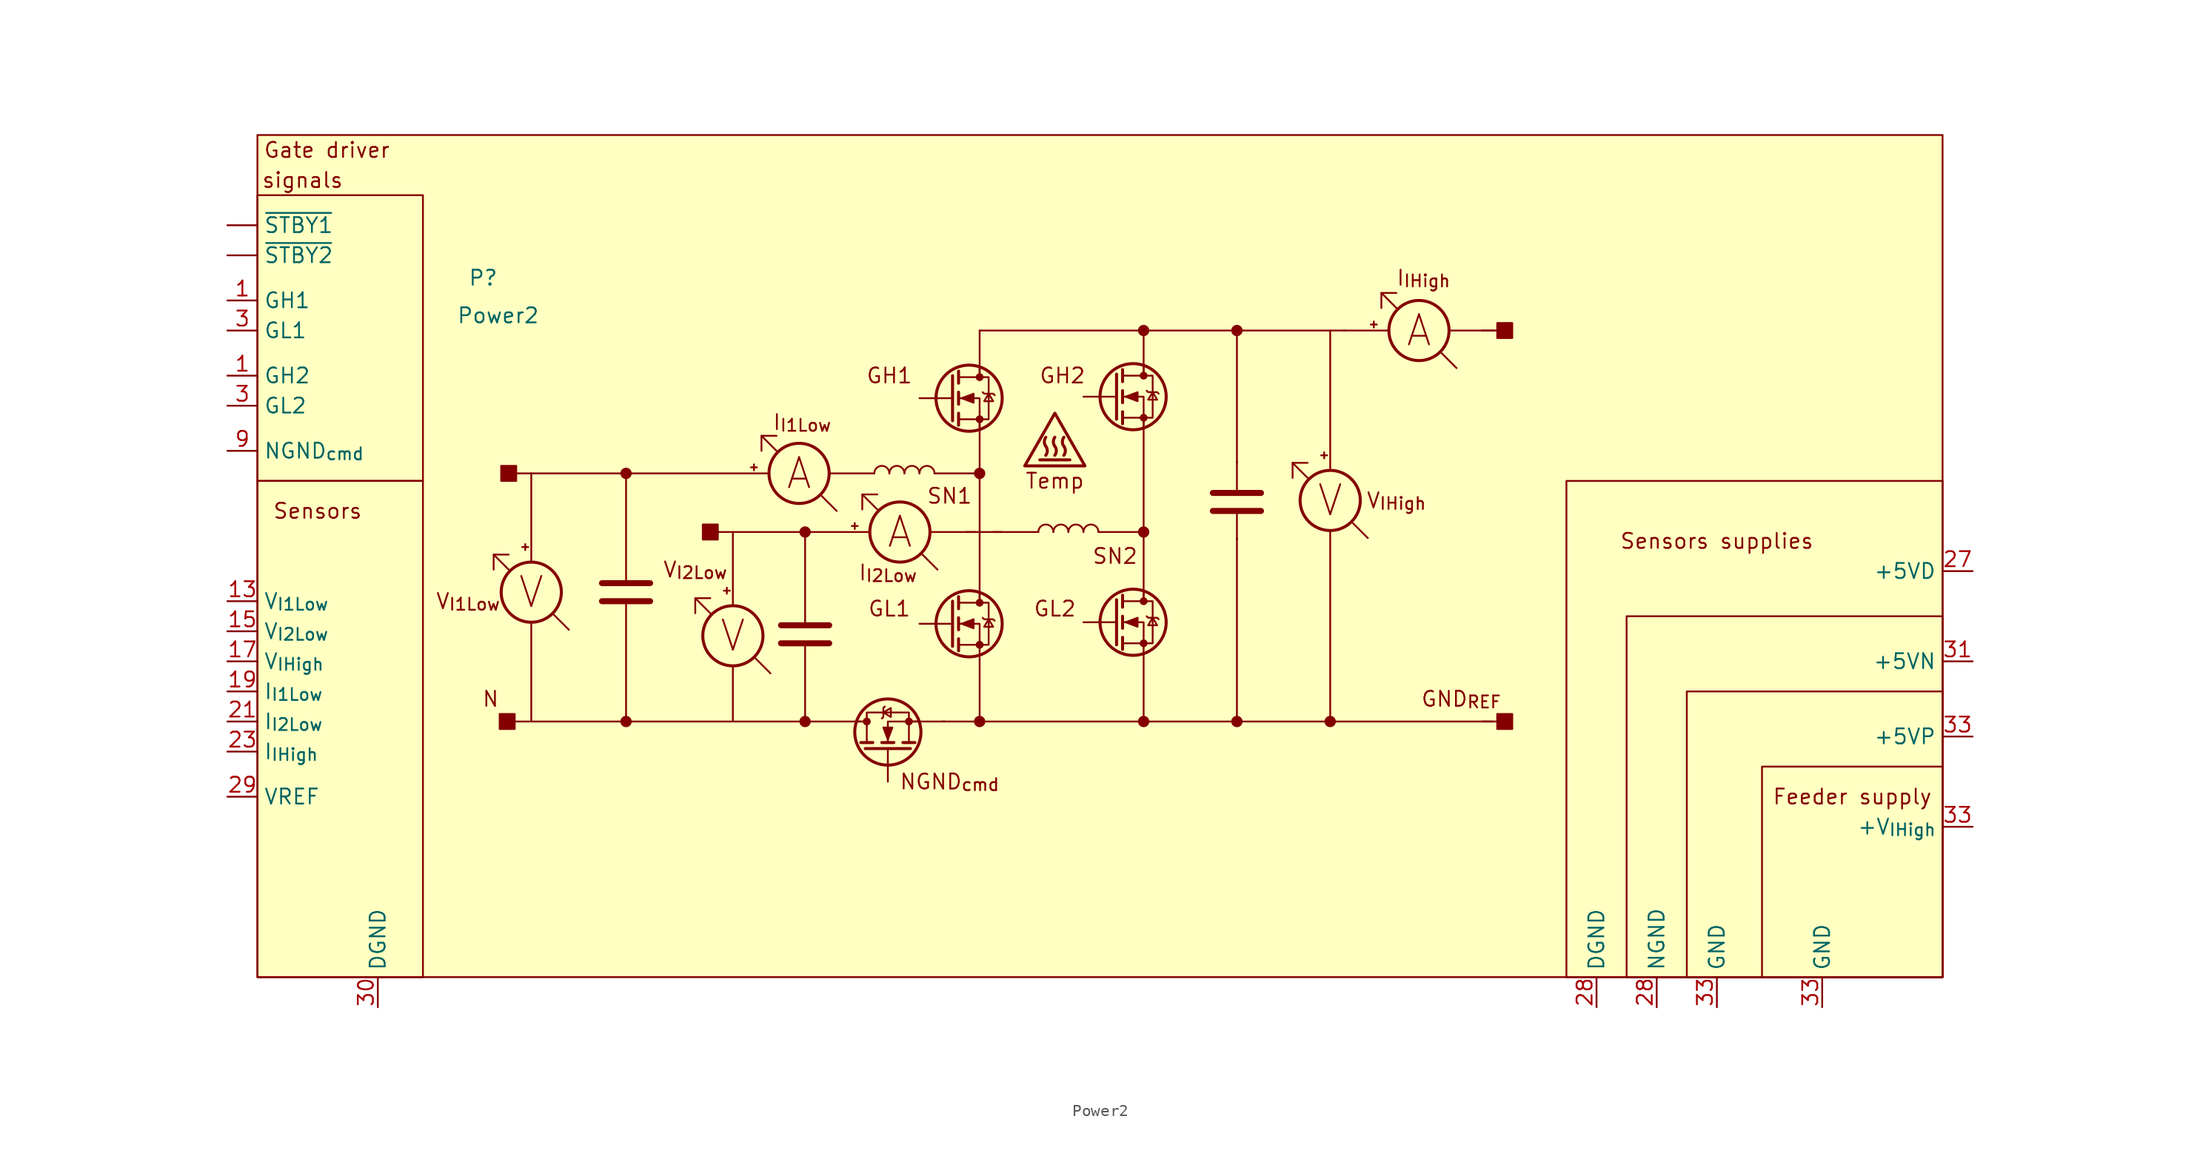
<source format=kicad_sym>
(kicad_symbol_lib
  (version 20220914)
  (generator kicad_symbol_editor)
  (symbol "Power2"
    (property "Reference" "P"
      (at 2.54 10.795 0)
      (effects (font (size 1.27 1.27))))
    (property "Value" "Power2"
      (at 3.81 7.62 0)
      (effects (font (size 1.27 1.27))))
    (symbol "Power2_0_0"
      (rectangle (start -16.51 -6.35) (end -2.54 -48.26) (stroke (width 0) (type default)) (fill (type none)))
      (rectangle (start -16.51 17.78) (end -2.54 -6.35) (stroke (width 0) (type default)) (fill (type none)))
      (polyline (pts (xy 4.699 -13.843) (xy 3.429 -12.573)) (stroke (width 0) (type default)) (fill (type none)))
      (polyline (pts (xy 6.477 -26.67) (xy 5.207 -26.67)) (stroke (width 0) (type default)) (fill (type none)))
      (polyline (pts (xy 6.604 -5.715) (xy 5.334 -5.715)) (stroke (width 0) (type default)) (fill (type none)))
      (polyline (pts (xy 9.779 -18.923) (xy 8.509 -17.653)) (stroke (width 0) (type default)) (fill (type none)))
      (polyline (pts (xy 21.717 -17.526) (xy 20.447 -16.256)) (stroke (width 0) (type default)) (fill (type none)))
      (polyline (pts (xy 23.622 -10.668) (xy 22.352 -10.668)) (stroke (width 0) (type default)) (fill (type none)))
      (polyline (pts (xy 26.797 -22.606) (xy 25.527 -21.336)) (stroke (width 0) (type default)) (fill (type none)))
      (polyline (pts (xy 27.305 -3.81) (xy 26.035 -2.54)) (stroke (width 0) (type default)) (fill (type none)))
      (polyline (pts (xy 32.385 -8.89) (xy 31.115 -7.62)) (stroke (width 0) (type default)) (fill (type none)))
      (polyline (pts (xy 35.814 -8.763) (xy 34.544 -7.493)) (stroke (width 0) (type default)) (fill (type none)))
      (polyline (pts (xy 40.894 -13.843) (xy 39.624 -12.573)) (stroke (width 0) (type default)) (fill (type none)))
      (polyline (pts (xy 72.136 -6.096) (xy 70.866 -4.826)) (stroke (width 0) (type default)) (fill (type none)))
      (polyline (pts (xy 77.216 -11.176) (xy 75.946 -9.906)) (stroke (width 0) (type default)) (fill (type none)))
      (polyline (pts (xy 79.629 8.255) (xy 78.359 9.525)) (stroke (width 0) (type default)) (fill (type none)))
      (polyline (pts (xy 84.709 3.175) (xy 83.439 4.445)) (stroke (width 0) (type default)) (fill (type none)))
      (polyline (pts (xy 86.868 -26.67) (xy 88.138 -26.67)) (stroke (width 0) (type default)) (fill (type none)))
      (polyline (pts (xy 86.868 6.35) (xy 88.138 6.35)) (stroke (width 0) (type default)) (fill (type none)))
      (polyline (pts (xy 4.699 -12.573) (xy 3.429 -12.573) (xy 3.429 -13.843)) (stroke (width 0) (type default)) (fill (type none)))
      (polyline (pts (xy 21.717 -16.256) (xy 20.447 -16.256) (xy 20.447 -17.526)) (stroke (width 0) (type default)) (fill (type none)))
      (polyline (pts (xy 26.035 -3.81) (xy 26.035 -2.54) (xy 27.305 -2.54)) (stroke (width 0) (type default)) (fill (type none)))
      (polyline (pts (xy 34.544 -8.763) (xy 34.544 -7.493) (xy 35.814 -7.493)) (stroke (width 0) (type default)) (fill (type none)))
      (polyline (pts (xy 72.136 -4.826) (xy 70.866 -4.826) (xy 70.866 -6.096)) (stroke (width 0) (type default)) (fill (type none)))
      (polyline (pts (xy 78.359 8.255) (xy 78.359 9.525) (xy 79.629 9.525)) (stroke (width 0) (type default)) (fill (type none)))
      (rectangle (start 3.937 -26.035) (end 5.207 -27.305) (stroke (width 0) (type default)) (fill (type outline)))
      (rectangle (start 4.064 -5.08) (end 5.334 -6.35) (stroke (width 0) (type default)) (fill (type outline)))
      (rectangle (start 21.082 -10.033) (end 22.352 -11.303) (stroke (width 0) (type default)) (fill (type outline)))
      (rectangle (start 89.408 -27.305) (end 88.138 -26.035) (stroke (width 0) (type default)) (fill (type outline)))
      (rectangle (start 89.408 5.715) (end 88.138 6.985) (stroke (width 0) (type default)) (fill (type outline)))
      (rectangle (start 110.49 -30.48) (end 125.73 -48.26) (stroke (width 0) (type default)) (fill (type none)))
      (text "A" (at 29.21 -5.715 0) (effects (font (size 2.54 2.54))))
      (text "A" (at 37.719 -10.668 0) (effects (font (size 2.54 2.54))))
      (text "A" (at 81.534 6.35 0) (effects (font (size 2.54 2.54))))
      (text "Feeder supply" (at 118.11 -33.02 0) (effects (font (size 1.27 1.27))))
      (text "Gate driver " (at -10.16 21.59 0) (effects (font (size 1.27 1.27))))
      (text "GH1" (at 36.83 2.54 0) (effects (font (size 1.27 1.27))))
      (text "GH2" (at 51.435 2.54 0) (effects (font (size 1.27 1.27))))
      (text "GL1" (at 36.83 -17.145 0) (effects (font (size 1.27 1.27))))
      (text "GL2" (at 50.8 -17.145 0) (effects (font (size 1.27 1.27))))
      (text "GND_{REF}" (at 85.09 -24.765 0) (effects (font (size 1.27 1.27))))
      (text "I_{I1Low}" (at 29.464 -1.397 0) (effects (font (size 1.27 1.27))))
      (text "I_{I2Low}" (at 36.703 -14.097 0) (effects (font (size 1.27 1.27))))
      (text "I_{IHigh}" (at 81.915 10.795 0) (effects (font (size 1.27 1.27))))
      (text "N" (at 3.175 -24.765 0) (effects (font (size 1.27 1.27))))
      (text "NGND_{cmd}" (at 41.91 -31.75 0) (effects (font (size 1.27 1.27))))
      (text "Sensors" (at -11.43 -8.89 0) (effects (font (size 1.27 1.27))))
      (text "Sensors supplies" (at 106.68 -11.43 0) (effects (font (size 1.27 1.27))))
      (text "signals" (at -12.7 19.05 0) (effects (font (size 1.27 1.27))))
      (text "SN1" (at 41.91 -7.62 0) (effects (font (size 1.27 1.27))))
      (text "SN2" (at 55.88 -12.7 0) (effects (font (size 1.27 1.27))))
      (text "Temp" (at 50.8 -6.35 0) (effects (font (size 1.27 1.27))))
      (text "V" (at 6.604 -15.748 0) (effects (font (size 2.54 2.54))))
      (text "V" (at 23.622 -19.431 0) (effects (font (size 2.54 2.54))))
      (text "V" (at 74.041 -8.001 0) (effects (font (size 2.54 2.54))))
      (text "V_{I1Low}" (at 1.27 -16.51 0) (effects (font (size 1.27 1.27))))
      (text "V_{I2Low}" (at 20.447 -13.843 0) (effects (font (size 1.27 1.27))))
      (text "V_{IHigh}" (at 79.629 -8.001 0) (effects (font (size 1.27 1.27)))))
    (symbol "Power2_0_1"
      (rectangle (start -16.51 22.86) (end 125.73 -48.26) (stroke (width 0) (type default)) (fill (type background)))
      (polyline (pts (xy 6.096 -11.684) (xy 6.096 -12.192)) (stroke (width 0) (type default)) (fill (type none)))
      (polyline (pts (xy 6.35 -11.938) (xy 5.842 -11.938)) (stroke (width 0) (type default)) (fill (type none)))
      (polyline (pts (xy 6.604 -18.288) (xy 6.604 -26.67)) (stroke (width 0) (type default)) (fill (type none)))
      (polyline (pts (xy 6.604 -13.208) (xy 6.604 -5.715)) (stroke (width 0) (type default)) (fill (type none)))
      (polyline (pts (xy 12.573 -16.51) (xy 16.637 -16.51)) (stroke (width 0.508) (type default)) (fill (type none)))
      (polyline (pts (xy 12.573 -14.986) (xy 16.637 -14.986)) (stroke (width 0.508) (type default)) (fill (type none)))
      (polyline (pts (xy 14.605 -26.67) (xy 14.605 -16.51)) (stroke (width 0) (type default)) (fill (type none)))
      (polyline (pts (xy 14.605 -14.732) (xy 14.605 -5.715)) (stroke (width 0) (type default)) (fill (type none)))
      (polyline (pts (xy 23.114 -15.367) (xy 23.114 -15.875)) (stroke (width 0) (type default)) (fill (type none)))
      (polyline (pts (xy 23.368 -15.621) (xy 22.86 -15.621)) (stroke (width 0) (type default)) (fill (type none)))
      (polyline (pts (xy 23.622 -21.971) (xy 23.622 -26.67)) (stroke (width 0) (type default)) (fill (type none)))
      (polyline (pts (xy 23.622 -16.891) (xy 23.622 -10.668)) (stroke (width 0) (type default)) (fill (type none)))
      (polyline (pts (xy 25.146 -5.207) (xy 25.654 -5.207)) (stroke (width 0) (type default)) (fill (type none)))
      (polyline (pts (xy 25.4 -5.461) (xy 25.4 -4.953)) (stroke (width 0) (type default)) (fill (type none)))
      (polyline (pts (xy 26.543 -5.715) (xy 6.604 -5.715)) (stroke (width 0) (type default)) (fill (type none)))
      (polyline (pts (xy 27.686 -20.066) (xy 31.75 -20.066)) (stroke (width 0.508) (type default)) (fill (type none)))
      (polyline (pts (xy 27.686 -18.542) (xy 31.75 -18.542)) (stroke (width 0.508) (type default)) (fill (type none)))
      (polyline (pts (xy 29.718 -26.67) (xy 29.718 -20.066)) (stroke (width 0) (type default)) (fill (type none)))
      (polyline (pts (xy 29.718 -18.288) (xy 29.718 -10.668)) (stroke (width 0) (type default)) (fill (type none)))
      (polyline (pts (xy 31.75 -5.715) (xy 35.56 -5.715)) (stroke (width 0) (type default)) (fill (type none)))
      (polyline (pts (xy 33.655 -10.16) (xy 34.163 -10.16)) (stroke (width 0) (type default)) (fill (type none)))
      (polyline (pts (xy 33.909 -10.414) (xy 33.909 -9.906)) (stroke (width 0) (type default)) (fill (type none)))
      (polyline (pts (xy 34.163 -26.67) (xy 34.925 -26.67)) (stroke (width 0) (type default)) (fill (type none)))
      (polyline (pts (xy 34.417 -28.448) (xy 35.433 -28.448)) (stroke (width 0.254) (type default)) (fill (type none)))
      (polyline (pts (xy 34.417 -26.67) (xy 6.604 -26.67)) (stroke (width 0) (type default)) (fill (type none)))
      (polyline (pts (xy 34.798 -28.956) (xy 38.608 -28.956)) (stroke (width 0.254) (type default)) (fill (type none)))
      (polyline (pts (xy 35.179 -10.668) (xy 23.622 -10.668)) (stroke (width 0) (type default)) (fill (type none)))
      (polyline (pts (xy 36.195 -28.448) (xy 37.211 -28.448)) (stroke (width 0.254) (type default)) (fill (type none)))
      (polyline (pts (xy 36.703 -28.956) (xy 36.703 -31.75)) (stroke (width 0) (type default)) (fill (type none)))
      (polyline (pts (xy 37.973 -28.448) (xy 38.989 -28.448)) (stroke (width 0.254) (type default)) (fill (type none)))
      (polyline (pts (xy 40.259 -10.668) (xy 44.069 -10.668)) (stroke (width 0) (type default)) (fill (type none)))
      (polyline (pts (xy 40.64 -5.715) (xy 44.45 -5.715)) (stroke (width 0) (type default)) (fill (type none)))
      (polyline (pts (xy 41.529 -26.67) (xy 38.735 -26.67)) (stroke (width 0) (type default)) (fill (type none)))
      (polyline (pts (xy 42.164 -18.415) (xy 39.37 -18.415)) (stroke (width 0) (type default)) (fill (type none)))
      (polyline (pts (xy 42.164 -16.51) (xy 42.164 -20.32)) (stroke (width 0.254) (type default)) (fill (type none)))
      (polyline (pts (xy 42.164 0.635) (xy 39.37 0.635)) (stroke (width 0) (type default)) (fill (type none)))
      (polyline (pts (xy 42.164 2.54) (xy 42.164 -1.27)) (stroke (width 0.254) (type default)) (fill (type none)))
      (polyline (pts (xy 42.672 -19.685) (xy 42.672 -20.701)) (stroke (width 0.254) (type default)) (fill (type none)))
      (polyline (pts (xy 42.672 -17.907) (xy 42.672 -18.923)) (stroke (width 0.254) (type default)) (fill (type none)))
      (polyline (pts (xy 42.672 -16.129) (xy 42.672 -17.145)) (stroke (width 0.254) (type default)) (fill (type none)))
      (polyline (pts (xy 42.672 -0.635) (xy 42.672 -1.651)) (stroke (width 0.254) (type default)) (fill (type none)))
      (polyline (pts (xy 42.672 1.143) (xy 42.672 0.127)) (stroke (width 0.254) (type default)) (fill (type none)))
      (polyline (pts (xy 42.672 2.921) (xy 42.672 1.905)) (stroke (width 0.254) (type default)) (fill (type none)))
      (polyline (pts (xy 43.307 -10.668) (xy 46.355 -10.668)) (stroke (width 0) (type default)) (fill (type none)))
      (polyline (pts (xy 44.45 -26.67) (xy 87.757 -26.67)) (stroke (width 0) (type default)) (fill (type none)))
      (polyline (pts (xy 44.45 -20.955) (xy 44.45 -26.67)) (stroke (width 0) (type default)) (fill (type none)))
      (polyline (pts (xy 44.45 -15.875) (xy 44.45 -16.637)) (stroke (width 0) (type default)) (fill (type none)))
      (polyline (pts (xy 44.45 -1.143) (xy 44.45 -16.51)) (stroke (width 0) (type default)) (fill (type none)))
      (polyline (pts (xy 44.45 2.54) (xy 44.45 6.35)) (stroke (width 0) (type default)) (fill (type none)))
      (polyline (pts (xy 44.45 3.175) (xy 44.45 2.413)) (stroke (width 0) (type default)) (fill (type none)))
      (polyline (pts (xy 44.577 -26.67) (xy 41.275 -26.67)) (stroke (width 0) (type default)) (fill (type none)))
      (polyline (pts (xy 45.593 -10.668) (xy 49.403 -10.668)) (stroke (width 0) (type default)) (fill (type none)))
      (polyline (pts (xy 52.07 -4.572) (xy 49.53 -4.572)) (stroke (width 0.254) (type default)) (fill (type none)))
      (polyline (pts (xy 54.483 -10.668) (xy 58.293 -10.668)) (stroke (width 0) (type default)) (fill (type none)))
      (polyline (pts (xy 56.007 -18.288) (xy 53.213 -18.288)) (stroke (width 0) (type default)) (fill (type none)))
      (polyline (pts (xy 56.007 -16.383) (xy 56.007 -20.193)) (stroke (width 0.254) (type default)) (fill (type none)))
      (polyline (pts (xy 56.007 0.762) (xy 53.213 0.762)) (stroke (width 0) (type default)) (fill (type none)))
      (polyline (pts (xy 56.007 2.667) (xy 56.007 -1.143)) (stroke (width 0.254) (type default)) (fill (type none)))
      (polyline (pts (xy 56.515 -19.558) (xy 56.515 -20.574)) (stroke (width 0.254) (type default)) (fill (type none)))
      (polyline (pts (xy 56.515 -17.78) (xy 56.515 -18.796)) (stroke (width 0.254) (type default)) (fill (type none)))
      (polyline (pts (xy 56.515 -16.002) (xy 56.515 -17.018)) (stroke (width 0.254) (type default)) (fill (type none)))
      (polyline (pts (xy 56.515 -0.508) (xy 56.515 -1.524)) (stroke (width 0.254) (type default)) (fill (type none)))
      (polyline (pts (xy 56.515 1.27) (xy 56.515 0.254)) (stroke (width 0.254) (type default)) (fill (type none)))
      (polyline (pts (xy 56.515 3.048) (xy 56.515 2.032)) (stroke (width 0.254) (type default)) (fill (type none)))
      (polyline (pts (xy 58.293 -20.828) (xy 58.293 -26.67)) (stroke (width 0) (type default)) (fill (type none)))
      (polyline (pts (xy 58.293 -15.748) (xy 58.293 -16.51)) (stroke (width 0) (type default)) (fill (type none)))
      (polyline (pts (xy 58.293 -1.016) (xy 58.293 -16.383)) (stroke (width 0) (type default)) (fill (type none)))
      (polyline (pts (xy 58.293 2.667) (xy 58.293 6.35)) (stroke (width 0) (type default)) (fill (type none)))
      (polyline (pts (xy 58.293 3.302) (xy 58.293 2.54)) (stroke (width 0) (type default)) (fill (type none)))
      (polyline (pts (xy 64.135 -8.89) (xy 68.199 -8.89)) (stroke (width 0.508) (type default)) (fill (type none)))
      (polyline (pts (xy 64.135 -7.366) (xy 68.199 -7.366)) (stroke (width 0.508) (type default)) (fill (type none)))
      (polyline (pts (xy 66.167 -11.303) (xy 66.167 -8.89)) (stroke (width 0) (type default)) (fill (type none)))
      (polyline (pts (xy 66.167 -11.176) (xy 66.167 -26.67)) (stroke (width 0) (type default)) (fill (type none)))
      (polyline (pts (xy 66.167 -7.112) (xy 66.167 -4.699)) (stroke (width 0) (type default)) (fill (type none)))
      (polyline (pts (xy 66.167 -4.826) (xy 66.167 6.35)) (stroke (width 0) (type default)) (fill (type none)))
      (polyline (pts (xy 73.533 -3.937) (xy 73.533 -4.445)) (stroke (width 0) (type default)) (fill (type none)))
      (polyline (pts (xy 73.787 -4.191) (xy 73.279 -4.191)) (stroke (width 0) (type default)) (fill (type none)))
      (polyline (pts (xy 74.041 -10.541) (xy 74.041 -26.67)) (stroke (width 0) (type default)) (fill (type none)))
      (polyline (pts (xy 74.041 -5.461) (xy 74.041 6.35)) (stroke (width 0) (type default)) (fill (type none)))
      (polyline (pts (xy 75.311 6.35) (xy 44.45 6.35)) (stroke (width 0) (type default)) (fill (type none)))
      (polyline (pts (xy 77.47 6.858) (xy 77.978 6.858)) (stroke (width 0) (type default)) (fill (type none)))
      (polyline (pts (xy 77.724 6.604) (xy 77.724 7.112)) (stroke (width 0) (type default)) (fill (type none)))
      (polyline (pts (xy 78.994 6.35) (xy 75.184 6.35)) (stroke (width 0) (type default)) (fill (type none)))
      (polyline (pts (xy 84.074 6.35) (xy 87.884 6.35)) (stroke (width 0) (type default)) (fill (type none)))
      (polyline (pts (xy 39.243 -26.67) (xy 36.703 -26.67) (xy 36.703 -28.448)) (stroke (width 0) (type default)) (fill (type none)))
      (polyline (pts (xy 44.45 -20.955) (xy 44.45 -18.415) (xy 42.672 -18.415)) (stroke (width 0) (type default)) (fill (type none)))
      (polyline (pts (xy 44.45 -1.905) (xy 44.45 0.635) (xy 42.672 0.635)) (stroke (width 0) (type default)) (fill (type none)))
      (polyline (pts (xy 58.293 -20.828) (xy 58.293 -18.288) (xy 56.515 -18.288)) (stroke (width 0) (type default)) (fill (type none)))
      (polyline (pts (xy 58.293 -1.778) (xy 58.293 0.762) (xy 56.515 0.762)) (stroke (width 0) (type default)) (fill (type none)))
      (polyline (pts (xy 36.195 -26.416) (xy 36.322 -26.289) (xy 36.322 -25.527) (xy 36.449 -25.4)) (stroke (width 0) (type default)) (fill (type none)))
      (polyline (pts (xy 36.322 -25.908) (xy 36.957 -26.289) (xy 36.957 -25.527) (xy 36.322 -25.908)) (stroke (width 0) (type default)) (fill (type none)))
      (polyline (pts (xy 36.703 -28.194) (xy 36.322 -27.178) (xy 37.084 -27.178) (xy 36.703 -28.194)) (stroke (width 0) (type default)) (fill (type outline)))
      (polyline (pts (xy 38.481 -28.448) (xy 38.481 -25.908) (xy 34.925 -25.908) (xy 34.925 -28.448)) (stroke (width 0) (type default)) (fill (type none)))
      (polyline (pts (xy 42.672 -20.193) (xy 45.212 -20.193) (xy 45.212 -16.637) (xy 42.672 -16.637)) (stroke (width 0) (type default)) (fill (type none)))
      (polyline (pts (xy 42.672 -1.143) (xy 45.212 -1.143) (xy 45.212 2.413) (xy 42.672 2.413)) (stroke (width 0) (type default)) (fill (type none)))
      (polyline (pts (xy 42.926 -18.415) (xy 43.942 -18.034) (xy 43.942 -18.796) (xy 42.926 -18.415)) (stroke (width 0) (type default)) (fill (type outline)))
      (polyline (pts (xy 42.926 0.635) (xy 43.942 1.016) (xy 43.942 0.254) (xy 42.926 0.635)) (stroke (width 0) (type default)) (fill (type outline)))
      (polyline (pts (xy 44.704 -17.907) (xy 44.831 -18.034) (xy 45.593 -18.034) (xy 45.72 -18.161)) (stroke (width 0) (type default)) (fill (type none)))
      (polyline (pts (xy 44.704 1.143) (xy 44.831 1.016) (xy 45.593 1.016) (xy 45.72 0.889)) (stroke (width 0) (type default)) (fill (type none)))
      (polyline (pts (xy 45.212 -18.034) (xy 44.831 -18.669) (xy 45.593 -18.669) (xy 45.212 -18.034)) (stroke (width 0) (type default)) (fill (type none)))
      (polyline (pts (xy 45.212 1.016) (xy 44.831 0.381) (xy 45.593 0.381) (xy 45.212 1.016)) (stroke (width 0) (type default)) (fill (type none)))
      (polyline (pts (xy 48.26 -5.08) (xy 53.34 -5.08) (xy 50.8 -0.635) (xy 48.26 -5.08)) (stroke (width 0.254) (type default)) (fill (type none)))
      (polyline (pts (xy 56.515 -20.066) (xy 59.055 -20.066) (xy 59.055 -16.51) (xy 56.515 -16.51)) (stroke (width 0) (type default)) (fill (type none)))
      (polyline (pts (xy 56.515 -1.016) (xy 59.055 -1.016) (xy 59.055 2.54) (xy 56.515 2.54)) (stroke (width 0) (type default)) (fill (type none)))
      (polyline (pts (xy 56.769 -18.288) (xy 57.785 -17.907) (xy 57.785 -18.669) (xy 56.769 -18.288)) (stroke (width 0) (type default)) (fill (type outline)))
      (polyline (pts (xy 56.769 0.762) (xy 57.785 1.143) (xy 57.785 0.381) (xy 56.769 0.762)) (stroke (width 0) (type default)) (fill (type outline)))
      (polyline (pts (xy 58.547 -17.78) (xy 58.674 -17.907) (xy 59.436 -17.907) (xy 59.563 -18.034)) (stroke (width 0) (type default)) (fill (type none)))
      (polyline (pts (xy 58.547 1.27) (xy 58.674 1.143) (xy 59.436 1.143) (xy 59.563 1.016)) (stroke (width 0) (type default)) (fill (type none)))
      (polyline (pts (xy 59.055 -17.907) (xy 58.674 -18.542) (xy 59.436 -18.542) (xy 59.055 -17.907)) (stroke (width 0) (type default)) (fill (type none)))
      (polyline (pts (xy 59.055 1.143) (xy 58.674 0.508) (xy 59.436 0.508) (xy 59.055 1.143)) (stroke (width 0) (type default)) (fill (type none)))
      (circle (center 6.604 -15.748) (radius 2.54) (stroke (width 0.254) (type default)) (fill (type none)))
      (circle (center 14.605 -26.67) (radius 0.402) (stroke (width 0) (type default)) (fill (type outline)))
      (circle (center 14.605 -5.715) (radius 0.402) (stroke (width 0) (type default)) (fill (type outline)))
      (circle (center 23.622 -19.431) (radius 2.54) (stroke (width 0.254) (type default)) (fill (type none)))
      (circle (center 29.21 -5.715) (radius 2.54) (stroke (width 0.254) (type default)) (fill (type none)))
      (circle (center 29.718 -26.67) (radius 0.402) (stroke (width 0) (type default)) (fill (type outline)))
      (circle (center 29.718 -10.668) (radius 0.402) (stroke (width 0) (type default)) (fill (type outline)))
      (circle (center 34.925 -26.67) (radius 0.254) (stroke (width 0) (type default)) (fill (type outline)))
      (circle (center 36.703 -27.559) (radius 2.794) (stroke (width 0.254) (type default)) (fill (type none)))
      (arc (start 36.83 -5.715) (mid 36.195 -5.0827) (end 35.56 -5.715) (stroke (width 0) (type default)) (fill (type none)))
      (circle (center 37.719 -10.668) (radius 2.54) (stroke (width 0.254) (type default)) (fill (type none)))
      (arc (start 38.1 -5.715) (mid 37.465 -5.0827) (end 36.83 -5.715) (stroke (width 0) (type default)) (fill (type none)))
      (circle (center 38.481 -26.67) (radius 0.254) (stroke (width 0) (type default)) (fill (type outline)))
      (arc (start 39.37 -5.715) (mid 38.735 -5.0827) (end 38.1 -5.715) (stroke (width 0) (type default)) (fill (type none)))
      (arc (start 40.64 -5.715) (mid 40.005 -5.0827) (end 39.37 -5.715) (stroke (width 0) (type default)) (fill (type none)))
      (circle (center 43.561 -18.415) (radius 2.794) (stroke (width 0.254) (type default)) (fill (type none)))
      (circle (center 43.561 0.635) (radius 2.794) (stroke (width 0.254) (type default)) (fill (type none)))
      (circle (center 44.45 -26.67) (radius 0.402) (stroke (width 0) (type default)) (fill (type outline)))
      (circle (center 44.45 -20.193) (radius 0.254) (stroke (width 0) (type default)) (fill (type outline)))
      (circle (center 44.45 -16.637) (radius 0.254) (stroke (width 0) (type default)) (fill (type outline)))
      (circle (center 44.45 -5.715) (radius 0.402) (stroke (width 0) (type default)) (fill (type outline)))
      (circle (center 44.45 -1.143) (radius 0.254) (stroke (width 0) (type default)) (fill (type outline)))
      (circle (center 44.45 2.413) (radius 0.254) (stroke (width 0) (type default)) (fill (type outline)))
      (arc (start 50.038 -4.191) (mid 50.165 -3.81) (end 50.038 -3.429) (stroke (width 0.254) (type default)) (fill (type none)))
      (arc (start 50.038 -2.667) (mid 49.911 -3.048) (end 50.038 -3.429) (stroke (width 0.254) (type default)) (fill (type none)))
      (arc (start 50.673 -10.668) (mid 50.038 -10.0357) (end 49.403 -10.668) (stroke (width 0) (type default)) (fill (type none)))
      (arc (start 50.8 -4.191) (mid 50.927 -3.81) (end 50.8 -3.429) (stroke (width 0.254) (type default)) (fill (type none)))
      (arc (start 50.8 -2.667) (mid 50.673 -3.048) (end 50.8 -3.429) (stroke (width 0.254) (type default)) (fill (type none)))
      (arc (start 51.562 -4.191) (mid 51.689 -3.81) (end 51.562 -3.429) (stroke (width 0.254) (type default)) (fill (type none)))
      (arc (start 51.562 -2.667) (mid 51.435 -3.048) (end 51.562 -3.429) (stroke (width 0.254) (type default)) (fill (type none)))
      (arc (start 51.943 -10.668) (mid 51.308 -10.0357) (end 50.673 -10.668) (stroke (width 0) (type default)) (fill (type none)))
      (arc (start 53.213 -10.668) (mid 52.578 -10.0357) (end 51.943 -10.668) (stroke (width 0) (type default)) (fill (type none)))
      (arc (start 54.483 -10.668) (mid 53.848 -10.0357) (end 53.213 -10.668) (stroke (width 0) (type default)) (fill (type none)))
      (circle (center 57.404 -18.288) (radius 2.794) (stroke (width 0.254) (type default)) (fill (type none)))
      (circle (center 57.404 0.762) (radius 2.794) (stroke (width 0.254) (type default)) (fill (type none)))
      (circle (center 58.293 -26.67) (radius 0.402) (stroke (width 0) (type default)) (fill (type outline)))
      (circle (center 58.293 -20.066) (radius 0.254) (stroke (width 0) (type default)) (fill (type outline)))
      (circle (center 58.293 -16.51) (radius 0.254) (stroke (width 0) (type default)) (fill (type outline)))
      (circle (center 58.293 -10.668) (radius 0.402) (stroke (width 0) (type default)) (fill (type outline)))
      (circle (center 58.293 -1.016) (radius 0.254) (stroke (width 0) (type default)) (fill (type outline)))
      (circle (center 58.293 2.54) (radius 0.254) (stroke (width 0) (type default)) (fill (type outline)))
      (circle (center 58.293 6.35) (radius 0.402) (stroke (width 0) (type default)) (fill (type outline)))
      (circle (center 66.167 -26.67) (radius 0.402) (stroke (width 0) (type default)) (fill (type outline)))
      (circle (center 66.167 6.35) (radius 0.402) (stroke (width 0) (type default)) (fill (type outline)))
      (circle (center 74.041 -26.67) (radius 0.402) (stroke (width 0) (type default)) (fill (type outline)))
      (circle (center 74.041 -8.001) (radius 2.54) (stroke (width 0.254) (type default)) (fill (type none)))
      (circle (center 81.534 6.35) (radius 2.54) (stroke (width 0.254) (type default)) (fill (type none)))
      (rectangle (start 93.98 -6.35) (end 125.73 -48.26) (stroke (width 0) (type default)) (fill (type none)))
      (rectangle (start 125.73 -48.26) (end 99.06 -17.78) (stroke (width 0) (type default)) (fill (type none)))
      (rectangle (start 125.73 -48.26) (end 104.14 -24.13) (stroke (width 0) (type default)) (fill (type none))))
    (symbol "Power2_1_1"
      (pin input line (at -19.05 15.24 0) (length 2.54) (name "~{STBY1}" (effects (font (size 1.27 1.27)))) (number "" (effects (font (size 1.27 1.27)))))
      (pin input line (at -19.05 12.7 0) (length 2.54) (name "~{STBY2}" (effects (font (size 1.27 1.27)))) (number "" (effects (font (size 1.27 1.27)))))
      (pin input line (at -19.05 8.89 0) (length 2.54) (name "GH1" (effects (font (size 1.27 1.27)))) (number "1" (effects (font (size 1.27 1.27)))))
      (pin input line (at -19.05 2.54 0) (length 2.54) (name "GH2" (effects (font (size 1.27 1.27)))) (number "1" (effects (font (size 1.27 1.27)))))
      (pin output line (at -19.05 -16.51 0) (length 2.54) (name "V_{I1Low}" (effects (font (size 1.27 1.27)))) (number "13" (effects (font (size 1.27 1.27)))))
      (pin output line (at -19.05 -19.05 0) (length 2.54) (name "V_{I2Low}" (effects (font (size 1.27 1.27)))) (number "15" (effects (font (size 1.27 1.27)))))
      (pin output line (at -19.05 -21.59 0) (length 2.54) (name "V_{IHigh}" (effects (font (size 1.27 1.27)))) (number "17" (effects (font (size 1.27 1.27)))))
      (pin output line (at -19.05 -24.13 0) (length 2.54) (name "I_{I1Low}" (effects (font (size 1.27 1.27)))) (number "19" (effects (font (size 1.27 1.27)))))
      (pin output line (at -19.05 -26.67 0) (length 2.54) (name "I_{I2Low}" (effects (font (size 1.27 1.27)))) (number "21" (effects (font (size 1.27 1.27)))))
      (pin output line (at -19.05 -29.21 0) (length 2.54) (name "I_{IHigh}" (effects (font (size 1.27 1.27)))) (number "23" (effects (font (size 1.27 1.27)))))
      (pin power_in line (at 128.27 -13.97 180) (length 2.54) (name "+5VD" (effects (font (size 1.27 1.27)))) (number "27" (effects (font (size 1.27 1.27)))))
      (pin power_in line (at 96.52 -50.8 90) (length 2.54) (name "DGND" (effects (font (size 1.27 1.27)))) (number "28" (effects (font (size 1.27 1.27)))))
      (pin power_in line (at 101.6 -50.8 90) (length 2.54) (name "NGND" (effects (font (size 1.27 1.27)))) (number "28" (effects (font (size 1.27 1.27)))))
      (pin input line (at -19.05 -33.02 0) (length 2.54) (name "VREF" (effects (font (size 1.27 1.27)))) (number "29" (effects (font (size 1.27 1.27)))))
      (pin input line (at -19.05 6.35 0) (length 2.54) (name "GL1" (effects (font (size 1.27 1.27)))) (number "3" (effects (font (size 1.27 1.27)))))
      (pin input line (at -19.05 0 0) (length 2.54) (name "GL2" (effects (font (size 1.27 1.27)))) (number "3" (effects (font (size 1.27 1.27)))))
      (pin bidirectional line (at -6.35 -50.8 90) (length 2.54) (name "DGND" (effects (font (size 1.27 1.27)))) (number "30" (effects (font (size 1.27 1.27)))))
      (pin power_in line (at 128.27 -21.59 180) (length 2.54) (name "+5VN" (effects (font (size 1.27 1.27)))) (number "31" (effects (font (size 1.27 1.27)))))
      (pin power_in line (at 128.27 -27.94 180) (length 2.54) (name "+5VP" (effects (font (size 1.27 1.27)))) (number "33" (effects (font (size 1.27 1.27)))))
      (pin power_out line (at 128.27 -35.56 180) (length 2.54) (name "+V_{IHigh}" (effects (font (size 1.27 1.27)))) (number "33" (effects (font (size 1.27 1.27)))))
      (pin power_in line (at 106.68 -50.8 90) (length 2.54) (name "GND" (effects (font (size 1.27 1.27)))) (number "33" (effects (font (size 1.27 1.27)))))
      (pin power_out line (at 115.57 -50.8 90) (length 2.54) (name "GND" (effects (font (size 1.27 1.27)))) (number "33" (effects (font (size 1.27 1.27)))))
      (pin input line (at -19.05 -3.81 0) (length 2.54) (name "NGND_{cmd}" (effects (font (size 1.27 1.27)))) (number "9" (effects (font (size 1.27 1.27))))))))
</source>
